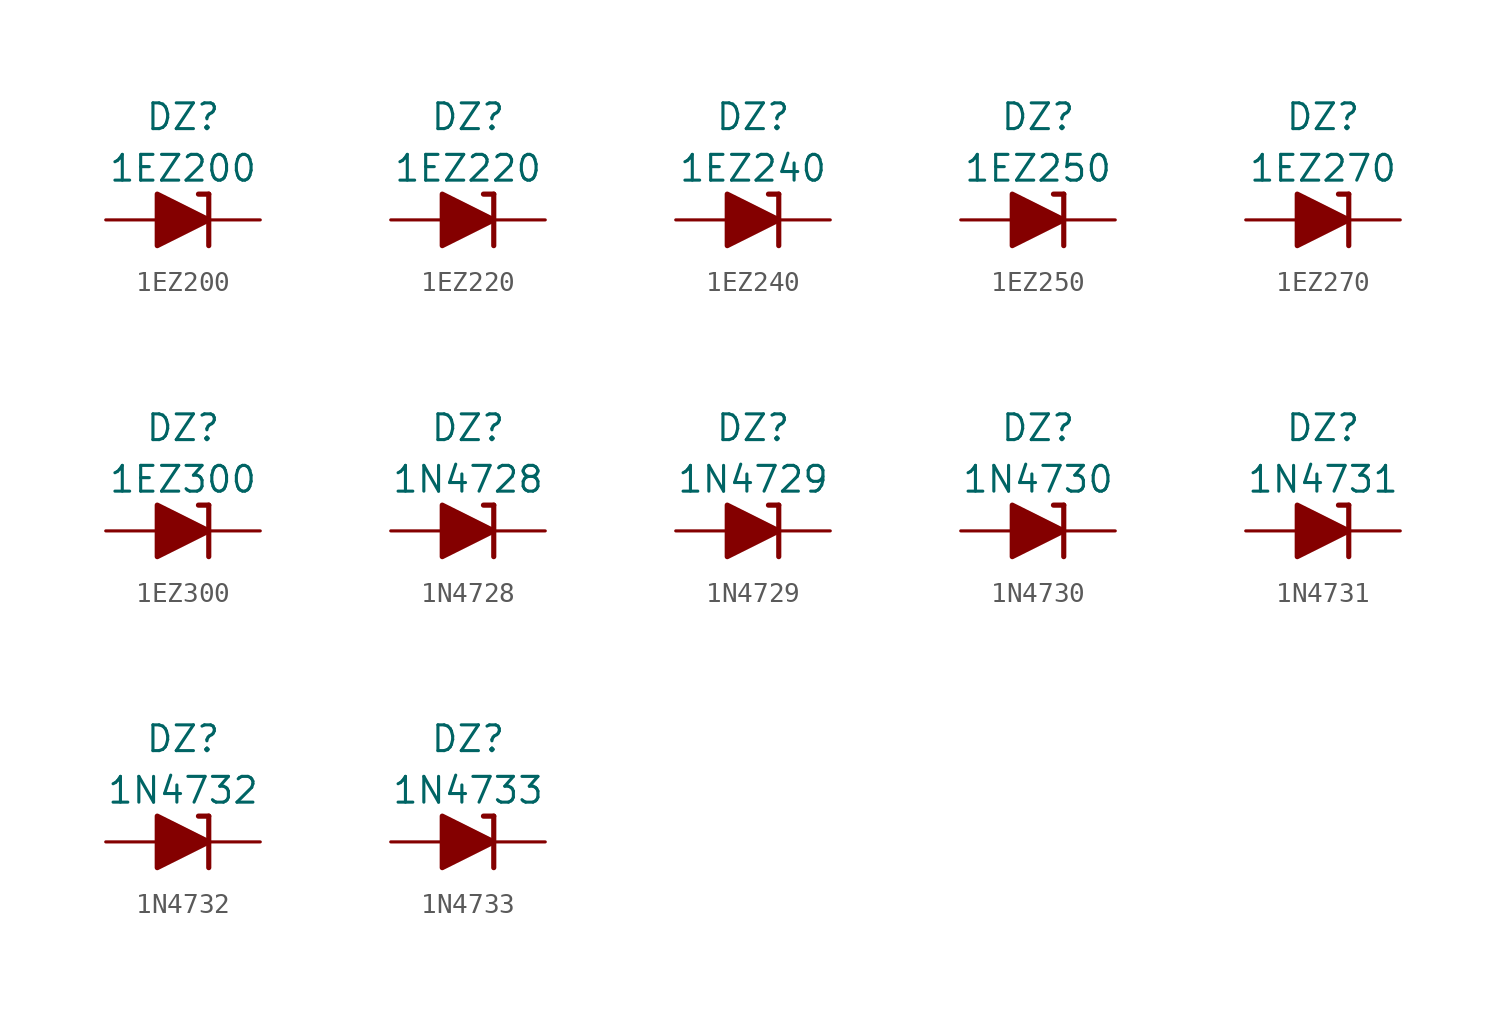
<source format=kicad_sym>
(kicad_symbol_lib
  (version 20211014)
  (generator kicad_symbol_editor)
  (symbol "1EZ200"
    (pin_numbers hide)
    (pin_names
      (offset 1.016) hide)
    (property "Reference" "DZ"
      (at 0 5.08 0)
      (effects (font (size 1.27 1.27))))
    (property "Value" "1EZ200"
      (at 0 2.54 0)
      (effects (font (size 1.27 1.27))))
    (symbol "1EZ200_0_1"
      (polyline (pts (xy -1.27 0) (xy 1.27 0)) (stroke (width 0) (type default) (color 0 0 0 0)) (fill (type none)))
      (polyline (pts (xy 1.27 1.27) (xy 0.762 1.27)) (stroke (width 0.254) (type default) (color 0 0 0 0)) (fill (type none)))
      (polyline (pts (xy 1.27 1.27) (xy 1.27 -1.27)) (stroke (width 0.254) (type default) (color 0 0 0 0)) (fill (type none)))
      (polyline (pts (xy -1.27 -1.27) (xy -1.27 1.27) (xy 1.27 0) (xy -1.27 -1.27)) (stroke (width 0.254) (type default) (color 0 0 0 0)) (fill (type outline))))
    (symbol "1EZ200_1_1"
      (pin passive line (at 3.81 0 180) (length 2.54) (name "K" (effects (font (size 1.27 1.27)))) (number "1" (effects (font (size 1.27 1.27)))))
      (pin passive line (at -3.81 0 0) (length 2.54) (name "A" (effects (font (size 1.27 1.27)))) (number "2" (effects (font (size 1.27 1.27)))))))
  (symbol "1EZ220"
    (pin_numbers hide)
    (pin_names
      (offset 1.016) hide)
    (property "Reference" "DZ"
      (at 0 5.08 0)
      (effects (font (size 1.27 1.27))))
    (property "Value" "1EZ220"
      (at 0 2.54 0)
      (effects (font (size 1.27 1.27))))
    (symbol "1EZ220_0_1"
      (polyline (pts (xy -1.27 0) (xy 1.27 0)) (stroke (width 0) (type default) (color 0 0 0 0)) (fill (type none)))
      (polyline (pts (xy 1.27 1.27) (xy 0.762 1.27)) (stroke (width 0.254) (type default) (color 0 0 0 0)) (fill (type none)))
      (polyline (pts (xy 1.27 1.27) (xy 1.27 -1.27)) (stroke (width 0.254) (type default) (color 0 0 0 0)) (fill (type none)))
      (polyline (pts (xy -1.27 -1.27) (xy -1.27 1.27) (xy 1.27 0) (xy -1.27 -1.27)) (stroke (width 0.254) (type default) (color 0 0 0 0)) (fill (type outline))))
    (symbol "1EZ220_1_1"
      (pin passive line (at 3.81 0 180) (length 2.54) (name "K" (effects (font (size 1.27 1.27)))) (number "1" (effects (font (size 1.27 1.27)))))
      (pin passive line (at -3.81 0 0) (length 2.54) (name "A" (effects (font (size 1.27 1.27)))) (number "2" (effects (font (size 1.27 1.27)))))))
  (symbol "1EZ240"
    (pin_numbers hide)
    (pin_names
      (offset 1.016) hide)
    (property "Reference" "DZ"
      (at 0 5.08 0)
      (effects (font (size 1.27 1.27))))
    (property "Value" "1EZ240"
      (at 0 2.54 0)
      (effects (font (size 1.27 1.27))))
    (symbol "1EZ240_0_1"
      (polyline (pts (xy -1.27 0) (xy 1.27 0)) (stroke (width 0) (type default) (color 0 0 0 0)) (fill (type none)))
      (polyline (pts (xy 1.27 1.27) (xy 0.762 1.27)) (stroke (width 0.254) (type default) (color 0 0 0 0)) (fill (type none)))
      (polyline (pts (xy 1.27 1.27) (xy 1.27 -1.27)) (stroke (width 0.254) (type default) (color 0 0 0 0)) (fill (type none)))
      (polyline (pts (xy -1.27 -1.27) (xy -1.27 1.27) (xy 1.27 0) (xy -1.27 -1.27)) (stroke (width 0.254) (type default) (color 0 0 0 0)) (fill (type outline))))
    (symbol "1EZ240_1_1"
      (pin passive line (at 3.81 0 180) (length 2.54) (name "K" (effects (font (size 1.27 1.27)))) (number "1" (effects (font (size 1.27 1.27)))))
      (pin passive line (at -3.81 0 0) (length 2.54) (name "A" (effects (font (size 1.27 1.27)))) (number "2" (effects (font (size 1.27 1.27)))))))
  (symbol "1EZ250"
    (pin_numbers hide)
    (pin_names
      (offset 1.016) hide)
    (property "Reference" "DZ"
      (at 0 5.08 0)
      (effects (font (size 1.27 1.27))))
    (property "Value" "1EZ250"
      (at 0 2.54 0)
      (effects (font (size 1.27 1.27))))
    (symbol "1EZ250_0_1"
      (polyline (pts (xy -1.27 0) (xy 1.27 0)) (stroke (width 0) (type default) (color 0 0 0 0)) (fill (type none)))
      (polyline (pts (xy 1.27 1.27) (xy 0.762 1.27)) (stroke (width 0.254) (type default) (color 0 0 0 0)) (fill (type none)))
      (polyline (pts (xy 1.27 1.27) (xy 1.27 -1.27)) (stroke (width 0.254) (type default) (color 0 0 0 0)) (fill (type none)))
      (polyline (pts (xy -1.27 -1.27) (xy -1.27 1.27) (xy 1.27 0) (xy -1.27 -1.27)) (stroke (width 0.254) (type default) (color 0 0 0 0)) (fill (type outline))))
    (symbol "1EZ250_1_1"
      (pin passive line (at 3.81 0 180) (length 2.54) (name "K" (effects (font (size 1.27 1.27)))) (number "1" (effects (font (size 1.27 1.27)))))
      (pin passive line (at -3.81 0 0) (length 2.54) (name "A" (effects (font (size 1.27 1.27)))) (number "2" (effects (font (size 1.27 1.27)))))))
  (symbol "1EZ270"
    (pin_numbers hide)
    (pin_names
      (offset 1.016) hide)
    (property "Reference" "DZ"
      (at 0 5.08 0)
      (effects (font (size 1.27 1.27))))
    (property "Value" "1EZ270"
      (at 0 2.54 0)
      (effects (font (size 1.27 1.27))))
    (symbol "1EZ270_0_1"
      (polyline (pts (xy -1.27 0) (xy 1.27 0)) (stroke (width 0) (type default) (color 0 0 0 0)) (fill (type none)))
      (polyline (pts (xy 1.27 1.27) (xy 0.762 1.27)) (stroke (width 0.254) (type default) (color 0 0 0 0)) (fill (type none)))
      (polyline (pts (xy 1.27 1.27) (xy 1.27 -1.27)) (stroke (width 0.254) (type default) (color 0 0 0 0)) (fill (type none)))
      (polyline (pts (xy -1.27 -1.27) (xy -1.27 1.27) (xy 1.27 0) (xy -1.27 -1.27)) (stroke (width 0.254) (type default) (color 0 0 0 0)) (fill (type outline))))
    (symbol "1EZ270_1_1"
      (pin passive line (at 3.81 0 180) (length 2.54) (name "K" (effects (font (size 1.27 1.27)))) (number "1" (effects (font (size 1.27 1.27)))))
      (pin passive line (at -3.81 0 0) (length 2.54) (name "A" (effects (font (size 1.27 1.27)))) (number "2" (effects (font (size 1.27 1.27)))))))
  (symbol "1EZ300"
    (pin_numbers hide)
    (pin_names
      (offset 1.016) hide)
    (property "Reference" "DZ"
      (at 0 5.08 0)
      (effects (font (size 1.27 1.27))))
    (property "Value" "1EZ300"
      (at 0 2.54 0)
      (effects (font (size 1.27 1.27))))
    (symbol "1EZ300_0_1"
      (polyline (pts (xy -1.27 0) (xy 1.27 0)) (stroke (width 0) (type default) (color 0 0 0 0)) (fill (type none)))
      (polyline (pts (xy 1.27 1.27) (xy 0.762 1.27)) (stroke (width 0.254) (type default) (color 0 0 0 0)) (fill (type none)))
      (polyline (pts (xy 1.27 1.27) (xy 1.27 -1.27)) (stroke (width 0.254) (type default) (color 0 0 0 0)) (fill (type none)))
      (polyline (pts (xy -1.27 -1.27) (xy -1.27 1.27) (xy 1.27 0) (xy -1.27 -1.27)) (stroke (width 0.254) (type default) (color 0 0 0 0)) (fill (type outline))))
    (symbol "1EZ300_1_1"
      (pin passive line (at 3.81 0 180) (length 2.54) (name "K" (effects (font (size 1.27 1.27)))) (number "1" (effects (font (size 1.27 1.27)))))
      (pin passive line (at -3.81 0 0) (length 2.54) (name "A" (effects (font (size 1.27 1.27)))) (number "2" (effects (font (size 1.27 1.27)))))))
  (symbol "1N4728"
    (pin_numbers hide)
    (pin_names
      (offset 1.016) hide)
    (property "Reference" "DZ"
      (at 0 5.08 0)
      (effects (font (size 1.27 1.27))))
    (property "Value" "1N4728"
      (at 0 2.54 0)
      (effects (font (size 1.27 1.27))))
    (symbol "1N4728_0_1"
      (polyline (pts (xy -1.27 0) (xy 1.27 0)) (stroke (width 0) (type default) (color 0 0 0 0)) (fill (type none)))
      (polyline (pts (xy 1.27 1.27) (xy 0.762 1.27)) (stroke (width 0.254) (type default) (color 0 0 0 0)) (fill (type none)))
      (polyline (pts (xy 1.27 1.27) (xy 1.27 -1.27)) (stroke (width 0.254) (type default) (color 0 0 0 0)) (fill (type none)))
      (polyline (pts (xy -1.27 -1.27) (xy -1.27 1.27) (xy 1.27 0) (xy -1.27 -1.27)) (stroke (width 0.254) (type default) (color 0 0 0 0)) (fill (type outline))))
    (symbol "1N4728_1_1"
      (pin passive line (at 3.81 0 180) (length 2.54) (name "K" (effects (font (size 1.27 1.27)))) (number "1" (effects (font (size 1.27 1.27)))))
      (pin passive line (at -3.81 0 0) (length 2.54) (name "A" (effects (font (size 1.27 1.27)))) (number "2" (effects (font (size 1.27 1.27)))))))
  (symbol "1N4729"
    (pin_numbers hide)
    (pin_names
      (offset 1.016) hide)
    (property "Reference" "DZ"
      (at 0 5.08 0)
      (effects (font (size 1.27 1.27))))
    (property "Value" "1N4729"
      (at 0 2.54 0)
      (effects (font (size 1.27 1.27))))
    (symbol "1N4729_0_1"
      (polyline (pts (xy -1.27 0) (xy 1.27 0)) (stroke (width 0) (type default) (color 0 0 0 0)) (fill (type none)))
      (polyline (pts (xy 1.27 1.27) (xy 0.762 1.27)) (stroke (width 0.254) (type default) (color 0 0 0 0)) (fill (type none)))
      (polyline (pts (xy 1.27 1.27) (xy 1.27 -1.27)) (stroke (width 0.254) (type default) (color 0 0 0 0)) (fill (type none)))
      (polyline (pts (xy -1.27 -1.27) (xy -1.27 1.27) (xy 1.27 0) (xy -1.27 -1.27)) (stroke (width 0.254) (type default) (color 0 0 0 0)) (fill (type outline))))
    (symbol "1N4729_1_1"
      (pin passive line (at 3.81 0 180) (length 2.54) (name "K" (effects (font (size 1.27 1.27)))) (number "1" (effects (font (size 1.27 1.27)))))
      (pin passive line (at -3.81 0 0) (length 2.54) (name "A" (effects (font (size 1.27 1.27)))) (number "2" (effects (font (size 1.27 1.27)))))))
  (symbol "1N4730"
    (pin_numbers hide)
    (pin_names
      (offset 1.016) hide)
    (property "Reference" "DZ"
      (at 0 5.08 0)
      (effects (font (size 1.27 1.27))))
    (property "Value" "1N4730"
      (at 0 2.54 0)
      (effects (font (size 1.27 1.27))))
    (symbol "1N4730_0_1"
      (polyline (pts (xy -1.27 0) (xy 1.27 0)) (stroke (width 0) (type default) (color 0 0 0 0)) (fill (type none)))
      (polyline (pts (xy 1.27 1.27) (xy 0.762 1.27)) (stroke (width 0.254) (type default) (color 0 0 0 0)) (fill (type none)))
      (polyline (pts (xy 1.27 1.27) (xy 1.27 -1.27)) (stroke (width 0.254) (type default) (color 0 0 0 0)) (fill (type none)))
      (polyline (pts (xy -1.27 -1.27) (xy -1.27 1.27) (xy 1.27 0) (xy -1.27 -1.27)) (stroke (width 0.254) (type default) (color 0 0 0 0)) (fill (type outline))))
    (symbol "1N4730_1_1"
      (pin passive line (at 3.81 0 180) (length 2.54) (name "K" (effects (font (size 1.27 1.27)))) (number "1" (effects (font (size 1.27 1.27)))))
      (pin passive line (at -3.81 0 0) (length 2.54) (name "A" (effects (font (size 1.27 1.27)))) (number "2" (effects (font (size 1.27 1.27)))))))
  (symbol "1N4731"
    (pin_numbers hide)
    (pin_names
      (offset 1.016) hide)
    (property "Reference" "DZ"
      (at 0 5.08 0)
      (effects (font (size 1.27 1.27))))
    (property "Value" "1N4731"
      (at 0 2.54 0)
      (effects (font (size 1.27 1.27))))
    (symbol "1N4731_0_1"
      (polyline (pts (xy -1.27 0) (xy 1.27 0)) (stroke (width 0) (type default) (color 0 0 0 0)) (fill (type none)))
      (polyline (pts (xy 1.27 1.27) (xy 0.762 1.27)) (stroke (width 0.254) (type default) (color 0 0 0 0)) (fill (type none)))
      (polyline (pts (xy 1.27 1.27) (xy 1.27 -1.27)) (stroke (width 0.254) (type default) (color 0 0 0 0)) (fill (type none)))
      (polyline (pts (xy -1.27 -1.27) (xy -1.27 1.27) (xy 1.27 0) (xy -1.27 -1.27)) (stroke (width 0.254) (type default) (color 0 0 0 0)) (fill (type outline))))
    (symbol "1N4731_1_1"
      (pin passive line (at 3.81 0 180) (length 2.54) (name "K" (effects (font (size 1.27 1.27)))) (number "1" (effects (font (size 1.27 1.27)))))
      (pin passive line (at -3.81 0 0) (length 2.54) (name "A" (effects (font (size 1.27 1.27)))) (number "2" (effects (font (size 1.27 1.27)))))))
  (symbol "1N4732"
    (pin_numbers hide)
    (pin_names
      (offset 1.016) hide)
    (property "Reference" "DZ"
      (at 0 5.08 0)
      (effects (font (size 1.27 1.27))))
    (property "Value" "1N4732"
      (at 0 2.54 0)
      (effects (font (size 1.27 1.27))))
    (symbol "1N4732_0_1"
      (polyline (pts (xy -1.27 0) (xy 1.27 0)) (stroke (width 0) (type default) (color 0 0 0 0)) (fill (type none)))
      (polyline (pts (xy 1.27 1.27) (xy 0.762 1.27)) (stroke (width 0.254) (type default) (color 0 0 0 0)) (fill (type none)))
      (polyline (pts (xy 1.27 1.27) (xy 1.27 -1.27)) (stroke (width 0.254) (type default) (color 0 0 0 0)) (fill (type none)))
      (polyline (pts (xy -1.27 -1.27) (xy -1.27 1.27) (xy 1.27 0) (xy -1.27 -1.27)) (stroke (width 0.254) (type default) (color 0 0 0 0)) (fill (type outline))))
    (symbol "1N4732_1_1"
      (pin passive line (at 3.81 0 180) (length 2.54) (name "K" (effects (font (size 1.27 1.27)))) (number "1" (effects (font (size 1.27 1.27)))))
      (pin passive line (at -3.81 0 0) (length 2.54) (name "A" (effects (font (size 1.27 1.27)))) (number "2" (effects (font (size 1.27 1.27)))))))
  (symbol "1N4733"
    (pin_numbers hide)
    (pin_names
      (offset 1.016) hide)
    (property "Reference" "DZ"
      (at 0 5.08 0)
      (effects (font (size 1.27 1.27))))
    (property "Value" "1N4733"
      (at 0 2.54 0)
      (effects (font (size 1.27 1.27))))
    (symbol "1N4733_0_1"
      (polyline (pts (xy -1.27 0) (xy 1.27 0)) (stroke (width 0) (type default) (color 0 0 0 0)) (fill (type none)))
      (polyline (pts (xy 1.27 1.27) (xy 0.762 1.27)) (stroke (width 0.254) (type default) (color 0 0 0 0)) (fill (type none)))
      (polyline (pts (xy 1.27 1.27) (xy 1.27 -1.27)) (stroke (width 0.254) (type default) (color 0 0 0 0)) (fill (type none)))
      (polyline (pts (xy -1.27 -1.27) (xy -1.27 1.27) (xy 1.27 0) (xy -1.27 -1.27)) (stroke (width 0.254) (type default) (color 0 0 0 0)) (fill (type outline))))
    (symbol "1N4733_1_1"
      (pin passive line (at 3.81 0 180) (length 2.54) (name "K" (effects (font (size 1.27 1.27)))) (number "1" (effects (font (size 1.27 1.27)))))
      (pin passive line (at -3.81 0 0) (length 2.54) (name "A" (effects (font (size 1.27 1.27)))) (number "2" (effects (font (size 1.27 1.27))))))))
</source>
